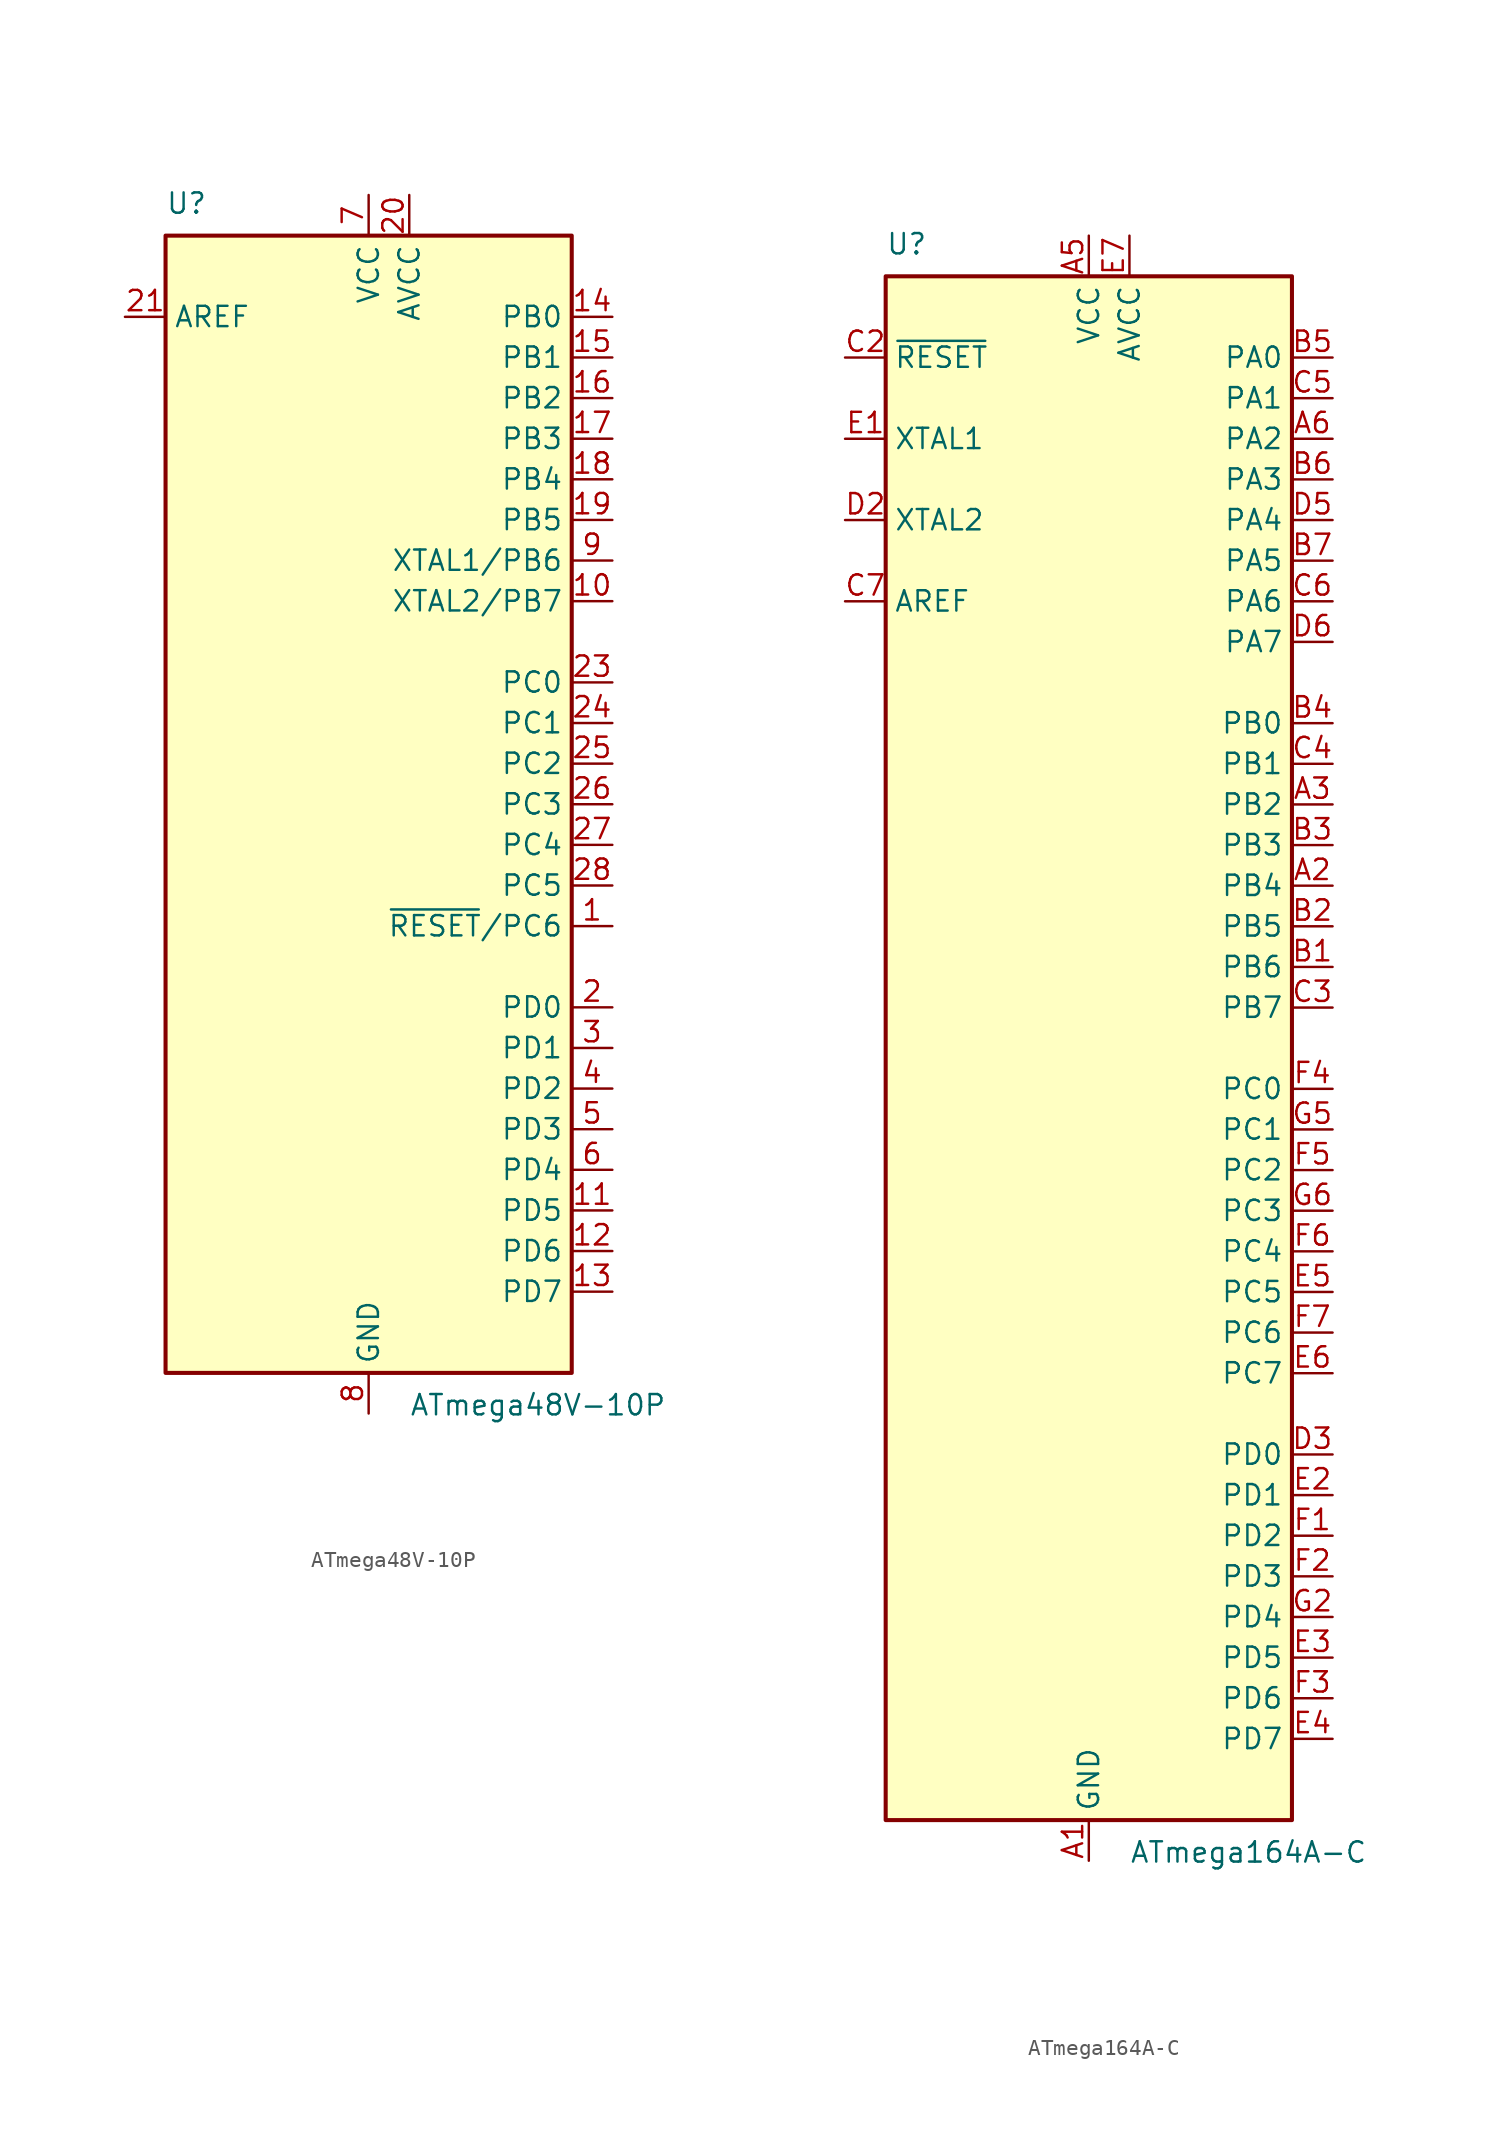
<source format=kicad_sym>
(kicad_symbol_lib
  (version 20220914)
  (generator kicad_symbol_editor)
  (symbol "ATmega48V-10P"
    (property "Reference" "U"
      (at -12.7 36.83 0)
      (effects (font (size 1.27 1.27)) (justify left bottom)))
    (property "Value" "ATmega48V-10P"
      (at 2.54 -36.83 0)
      (effects (font (size 1.27 1.27)) (justify left top)))
    (symbol "ATmega48V-10P_0_1"
      (rectangle (start -12.7 -35.56) (end 12.7 35.56) (stroke (width 0.254) (type default)) (fill (type background))))
    (symbol "ATmega48V-10P_1_1"
      (pin bidirectional line (at 15.24 -7.62 180) (length 2.54) (name "~{RESET}/PC6" (effects (font (size 1.27 1.27)))) (number "1" (effects (font (size 1.27 1.27)))))
      (pin bidirectional line (at 15.24 12.7 180) (length 2.54) (name "XTAL2/PB7" (effects (font (size 1.27 1.27)))) (number "10" (effects (font (size 1.27 1.27)))))
      (pin bidirectional line (at 15.24 -25.4 180) (length 2.54) (name "PD5" (effects (font (size 1.27 1.27)))) (number "11" (effects (font (size 1.27 1.27)))))
      (pin bidirectional line (at 15.24 -27.94 180) (length 2.54) (name "PD6" (effects (font (size 1.27 1.27)))) (number "12" (effects (font (size 1.27 1.27)))))
      (pin bidirectional line (at 15.24 -30.48 180) (length 2.54) (name "PD7" (effects (font (size 1.27 1.27)))) (number "13" (effects (font (size 1.27 1.27)))))
      (pin bidirectional line (at 15.24 30.48 180) (length 2.54) (name "PB0" (effects (font (size 1.27 1.27)))) (number "14" (effects (font (size 1.27 1.27)))))
      (pin bidirectional line (at 15.24 27.94 180) (length 2.54) (name "PB1" (effects (font (size 1.27 1.27)))) (number "15" (effects (font (size 1.27 1.27)))))
      (pin bidirectional line (at 15.24 25.4 180) (length 2.54) (name "PB2" (effects (font (size 1.27 1.27)))) (number "16" (effects (font (size 1.27 1.27)))))
      (pin bidirectional line (at 15.24 22.86 180) (length 2.54) (name "PB3" (effects (font (size 1.27 1.27)))) (number "17" (effects (font (size 1.27 1.27)))))
      (pin bidirectional line (at 15.24 20.32 180) (length 2.54) (name "PB4" (effects (font (size 1.27 1.27)))) (number "18" (effects (font (size 1.27 1.27)))))
      (pin bidirectional line (at 15.24 17.78 180) (length 2.54) (name "PB5" (effects (font (size 1.27 1.27)))) (number "19" (effects (font (size 1.27 1.27)))))
      (pin bidirectional line (at 15.24 -12.7 180) (length 2.54) (name "PD0" (effects (font (size 1.27 1.27)))) (number "2" (effects (font (size 1.27 1.27)))))
      (pin power_in line (at 2.54 38.1 270) (length 2.54) (name "AVCC" (effects (font (size 1.27 1.27)))) (number "20" (effects (font (size 1.27 1.27)))))
      (pin passive line (at -15.24 30.48 0) (length 2.54) (name "AREF" (effects (font (size 1.27 1.27)))) (number "21" (effects (font (size 1.27 1.27)))))
      (pin passive line (at 0 -38.1 90) (length 2.54) hide (name "GND" (effects (font (size 1.27 1.27)))) (number "22" (effects (font (size 1.27 1.27)))))
      (pin bidirectional line (at 15.24 7.62 180) (length 2.54) (name "PC0" (effects (font (size 1.27 1.27)))) (number "23" (effects (font (size 1.27 1.27)))))
      (pin bidirectional line (at 15.24 5.08 180) (length 2.54) (name "PC1" (effects (font (size 1.27 1.27)))) (number "24" (effects (font (size 1.27 1.27)))))
      (pin bidirectional line (at 15.24 2.54 180) (length 2.54) (name "PC2" (effects (font (size 1.27 1.27)))) (number "25" (effects (font (size 1.27 1.27)))))
      (pin bidirectional line (at 15.24 0 180) (length 2.54) (name "PC3" (effects (font (size 1.27 1.27)))) (number "26" (effects (font (size 1.27 1.27)))))
      (pin bidirectional line (at 15.24 -2.54 180) (length 2.54) (name "PC4" (effects (font (size 1.27 1.27)))) (number "27" (effects (font (size 1.27 1.27)))))
      (pin bidirectional line (at 15.24 -5.08 180) (length 2.54) (name "PC5" (effects (font (size 1.27 1.27)))) (number "28" (effects (font (size 1.27 1.27)))))
      (pin bidirectional line (at 15.24 -15.24 180) (length 2.54) (name "PD1" (effects (font (size 1.27 1.27)))) (number "3" (effects (font (size 1.27 1.27)))))
      (pin bidirectional line (at 15.24 -17.78 180) (length 2.54) (name "PD2" (effects (font (size 1.27 1.27)))) (number "4" (effects (font (size 1.27 1.27)))))
      (pin bidirectional line (at 15.24 -20.32 180) (length 2.54) (name "PD3" (effects (font (size 1.27 1.27)))) (number "5" (effects (font (size 1.27 1.27)))))
      (pin bidirectional line (at 15.24 -22.86 180) (length 2.54) (name "PD4" (effects (font (size 1.27 1.27)))) (number "6" (effects (font (size 1.27 1.27)))))
      (pin power_in line (at 0 38.1 270) (length 2.54) (name "VCC" (effects (font (size 1.27 1.27)))) (number "7" (effects (font (size 1.27 1.27)))))
      (pin power_in line (at 0 -38.1 90) (length 2.54) (name "GND" (effects (font (size 1.27 1.27)))) (number "8" (effects (font (size 1.27 1.27)))))
      (pin bidirectional line (at 15.24 15.24 180) (length 2.54) (name "XTAL1/PB6" (effects (font (size 1.27 1.27)))) (number "9" (effects (font (size 1.27 1.27)))))))
  (symbol "ATmega164A-C"
    (property "Reference" "U"
      (at -12.7 49.53 0)
      (effects (font (size 1.27 1.27)) (justify left bottom)))
    (property "Value" "ATmega164A-C"
      (at 2.54 -49.53 0)
      (effects (font (size 1.27 1.27)) (justify left top)))
    (symbol "ATmega164A-C_0_1"
      (rectangle (start -12.7 -48.26) (end 12.7 48.26) (stroke (width 0.254) (type default)) (fill (type background))))
    (symbol "ATmega164A-C_1_1"
      (pin power_in line (at 0 -50.8 90) (length 2.54) (name "GND" (effects (font (size 1.27 1.27)))) (number "A1" (effects (font (size 1.27 1.27)))))
      (pin bidirectional line (at 15.24 10.16 180) (length 2.54) (name "PB4" (effects (font (size 1.27 1.27)))) (number "A2" (effects (font (size 1.27 1.27)))))
      (pin bidirectional line (at 15.24 15.24 180) (length 2.54) (name "PB2" (effects (font (size 1.27 1.27)))) (number "A3" (effects (font (size 1.27 1.27)))))
      (pin passive line (at 0 -50.8 90) (length 2.54) hide (name "GND" (effects (font (size 1.27 1.27)))) (number "A4" (effects (font (size 1.27 1.27)))))
      (pin power_in line (at 0 50.8 270) (length 2.54) (name "VCC" (effects (font (size 1.27 1.27)))) (number "A5" (effects (font (size 1.27 1.27)))))
      (pin bidirectional line (at 15.24 38.1 180) (length 2.54) (name "PA2" (effects (font (size 1.27 1.27)))) (number "A6" (effects (font (size 1.27 1.27)))))
      (pin passive line (at 0 -50.8 90) (length 2.54) hide (name "GND" (effects (font (size 1.27 1.27)))) (number "A7" (effects (font (size 1.27 1.27)))))
      (pin bidirectional line (at 15.24 5.08 180) (length 2.54) (name "PB6" (effects (font (size 1.27 1.27)))) (number "B1" (effects (font (size 1.27 1.27)))))
      (pin bidirectional line (at 15.24 7.62 180) (length 2.54) (name "PB5" (effects (font (size 1.27 1.27)))) (number "B2" (effects (font (size 1.27 1.27)))))
      (pin bidirectional line (at 15.24 12.7 180) (length 2.54) (name "PB3" (effects (font (size 1.27 1.27)))) (number "B3" (effects (font (size 1.27 1.27)))))
      (pin bidirectional line (at 15.24 20.32 180) (length 2.54) (name "PB0" (effects (font (size 1.27 1.27)))) (number "B4" (effects (font (size 1.27 1.27)))))
      (pin bidirectional line (at 15.24 43.18 180) (length 2.54) (name "PA0" (effects (font (size 1.27 1.27)))) (number "B5" (effects (font (size 1.27 1.27)))))
      (pin bidirectional line (at 15.24 35.56 180) (length 2.54) (name "PA3" (effects (font (size 1.27 1.27)))) (number "B6" (effects (font (size 1.27 1.27)))))
      (pin bidirectional line (at 15.24 30.48 180) (length 2.54) (name "PA5" (effects (font (size 1.27 1.27)))) (number "B7" (effects (font (size 1.27 1.27)))))
      (pin passive line (at 0 50.8 270) (length 2.54) hide (name "VCC" (effects (font (size 1.27 1.27)))) (number "C1" (effects (font (size 1.27 1.27)))))
      (pin input line (at -15.24 43.18 0) (length 2.54) (name "~{RESET}" (effects (font (size 1.27 1.27)))) (number "C2" (effects (font (size 1.27 1.27)))))
      (pin bidirectional line (at 15.24 2.54 180) (length 2.54) (name "PB7" (effects (font (size 1.27 1.27)))) (number "C3" (effects (font (size 1.27 1.27)))))
      (pin bidirectional line (at 15.24 17.78 180) (length 2.54) (name "PB1" (effects (font (size 1.27 1.27)))) (number "C4" (effects (font (size 1.27 1.27)))))
      (pin bidirectional line (at 15.24 40.64 180) (length 2.54) (name "PA1" (effects (font (size 1.27 1.27)))) (number "C5" (effects (font (size 1.27 1.27)))))
      (pin bidirectional line (at 15.24 27.94 180) (length 2.54) (name "PA6" (effects (font (size 1.27 1.27)))) (number "C6" (effects (font (size 1.27 1.27)))))
      (pin passive line (at -15.24 27.94 0) (length 2.54) (name "AREF" (effects (font (size 1.27 1.27)))) (number "C7" (effects (font (size 1.27 1.27)))))
      (pin passive line (at 0 -50.8 90) (length 2.54) hide (name "GND" (effects (font (size 1.27 1.27)))) (number "D1" (effects (font (size 1.27 1.27)))))
      (pin output line (at -15.24 33.02 0) (length 2.54) (name "XTAL2" (effects (font (size 1.27 1.27)))) (number "D2" (effects (font (size 1.27 1.27)))))
      (pin bidirectional line (at 15.24 -25.4 180) (length 2.54) (name "PD0" (effects (font (size 1.27 1.27)))) (number "D3" (effects (font (size 1.27 1.27)))))
      (pin passive line (at 0 -50.8 90) (length 2.54) hide (name "GND" (effects (font (size 1.27 1.27)))) (number "D4" (effects (font (size 1.27 1.27)))))
      (pin bidirectional line (at 15.24 33.02 180) (length 2.54) (name "PA4" (effects (font (size 1.27 1.27)))) (number "D5" (effects (font (size 1.27 1.27)))))
      (pin bidirectional line (at 15.24 25.4 180) (length 2.54) (name "PA7" (effects (font (size 1.27 1.27)))) (number "D6" (effects (font (size 1.27 1.27)))))
      (pin passive line (at 0 -50.8 90) (length 2.54) hide (name "GND" (effects (font (size 1.27 1.27)))) (number "D7" (effects (font (size 1.27 1.27)))))
      (pin input line (at -15.24 38.1 0) (length 2.54) (name "XTAL1" (effects (font (size 1.27 1.27)))) (number "E1" (effects (font (size 1.27 1.27)))))
      (pin bidirectional line (at 15.24 -27.94 180) (length 2.54) (name "PD1" (effects (font (size 1.27 1.27)))) (number "E2" (effects (font (size 1.27 1.27)))))
      (pin bidirectional line (at 15.24 -38.1 180) (length 2.54) (name "PD5" (effects (font (size 1.27 1.27)))) (number "E3" (effects (font (size 1.27 1.27)))))
      (pin bidirectional line (at 15.24 -43.18 180) (length 2.54) (name "PD7" (effects (font (size 1.27 1.27)))) (number "E4" (effects (font (size 1.27 1.27)))))
      (pin bidirectional line (at 15.24 -15.24 180) (length 2.54) (name "PC5" (effects (font (size 1.27 1.27)))) (number "E5" (effects (font (size 1.27 1.27)))))
      (pin bidirectional line (at 15.24 -20.32 180) (length 2.54) (name "PC7" (effects (font (size 1.27 1.27)))) (number "E6" (effects (font (size 1.27 1.27)))))
      (pin power_in line (at 2.54 50.8 270) (length 2.54) (name "AVCC" (effects (font (size 1.27 1.27)))) (number "E7" (effects (font (size 1.27 1.27)))))
      (pin bidirectional line (at 15.24 -30.48 180) (length 2.54) (name "PD2" (effects (font (size 1.27 1.27)))) (number "F1" (effects (font (size 1.27 1.27)))))
      (pin bidirectional line (at 15.24 -33.02 180) (length 2.54) (name "PD3" (effects (font (size 1.27 1.27)))) (number "F2" (effects (font (size 1.27 1.27)))))
      (pin bidirectional line (at 15.24 -40.64 180) (length 2.54) (name "PD6" (effects (font (size 1.27 1.27)))) (number "F3" (effects (font (size 1.27 1.27)))))
      (pin bidirectional line (at 15.24 -2.54 180) (length 2.54) (name "PC0" (effects (font (size 1.27 1.27)))) (number "F4" (effects (font (size 1.27 1.27)))))
      (pin bidirectional line (at 15.24 -7.62 180) (length 2.54) (name "PC2" (effects (font (size 1.27 1.27)))) (number "F5" (effects (font (size 1.27 1.27)))))
      (pin bidirectional line (at 15.24 -12.7 180) (length 2.54) (name "PC4" (effects (font (size 1.27 1.27)))) (number "F6" (effects (font (size 1.27 1.27)))))
      (pin bidirectional line (at 15.24 -17.78 180) (length 2.54) (name "PC6" (effects (font (size 1.27 1.27)))) (number "F7" (effects (font (size 1.27 1.27)))))
      (pin passive line (at 0 -50.8 90) (length 2.54) hide (name "GND" (effects (font (size 1.27 1.27)))) (number "G1" (effects (font (size 1.27 1.27)))))
      (pin bidirectional line (at 15.24 -35.56 180) (length 2.54) (name "PD4" (effects (font (size 1.27 1.27)))) (number "G2" (effects (font (size 1.27 1.27)))))
      (pin passive line (at 0 50.8 270) (length 2.54) hide (name "VCC" (effects (font (size 1.27 1.27)))) (number "G3" (effects (font (size 1.27 1.27)))))
      (pin passive line (at 0 -50.8 90) (length 2.54) hide (name "GND" (effects (font (size 1.27 1.27)))) (number "G4" (effects (font (size 1.27 1.27)))))
      (pin bidirectional line (at 15.24 -5.08 180) (length 2.54) (name "PC1" (effects (font (size 1.27 1.27)))) (number "G5" (effects (font (size 1.27 1.27)))))
      (pin bidirectional line (at 15.24 -10.16 180) (length 2.54) (name "PC3" (effects (font (size 1.27 1.27)))) (number "G6" (effects (font (size 1.27 1.27)))))
      (pin passive line (at 0 -50.8 90) (length 2.54) hide (name "GND" (effects (font (size 1.27 1.27)))) (number "G7" (effects (font (size 1.27 1.27))))))))
</source>
